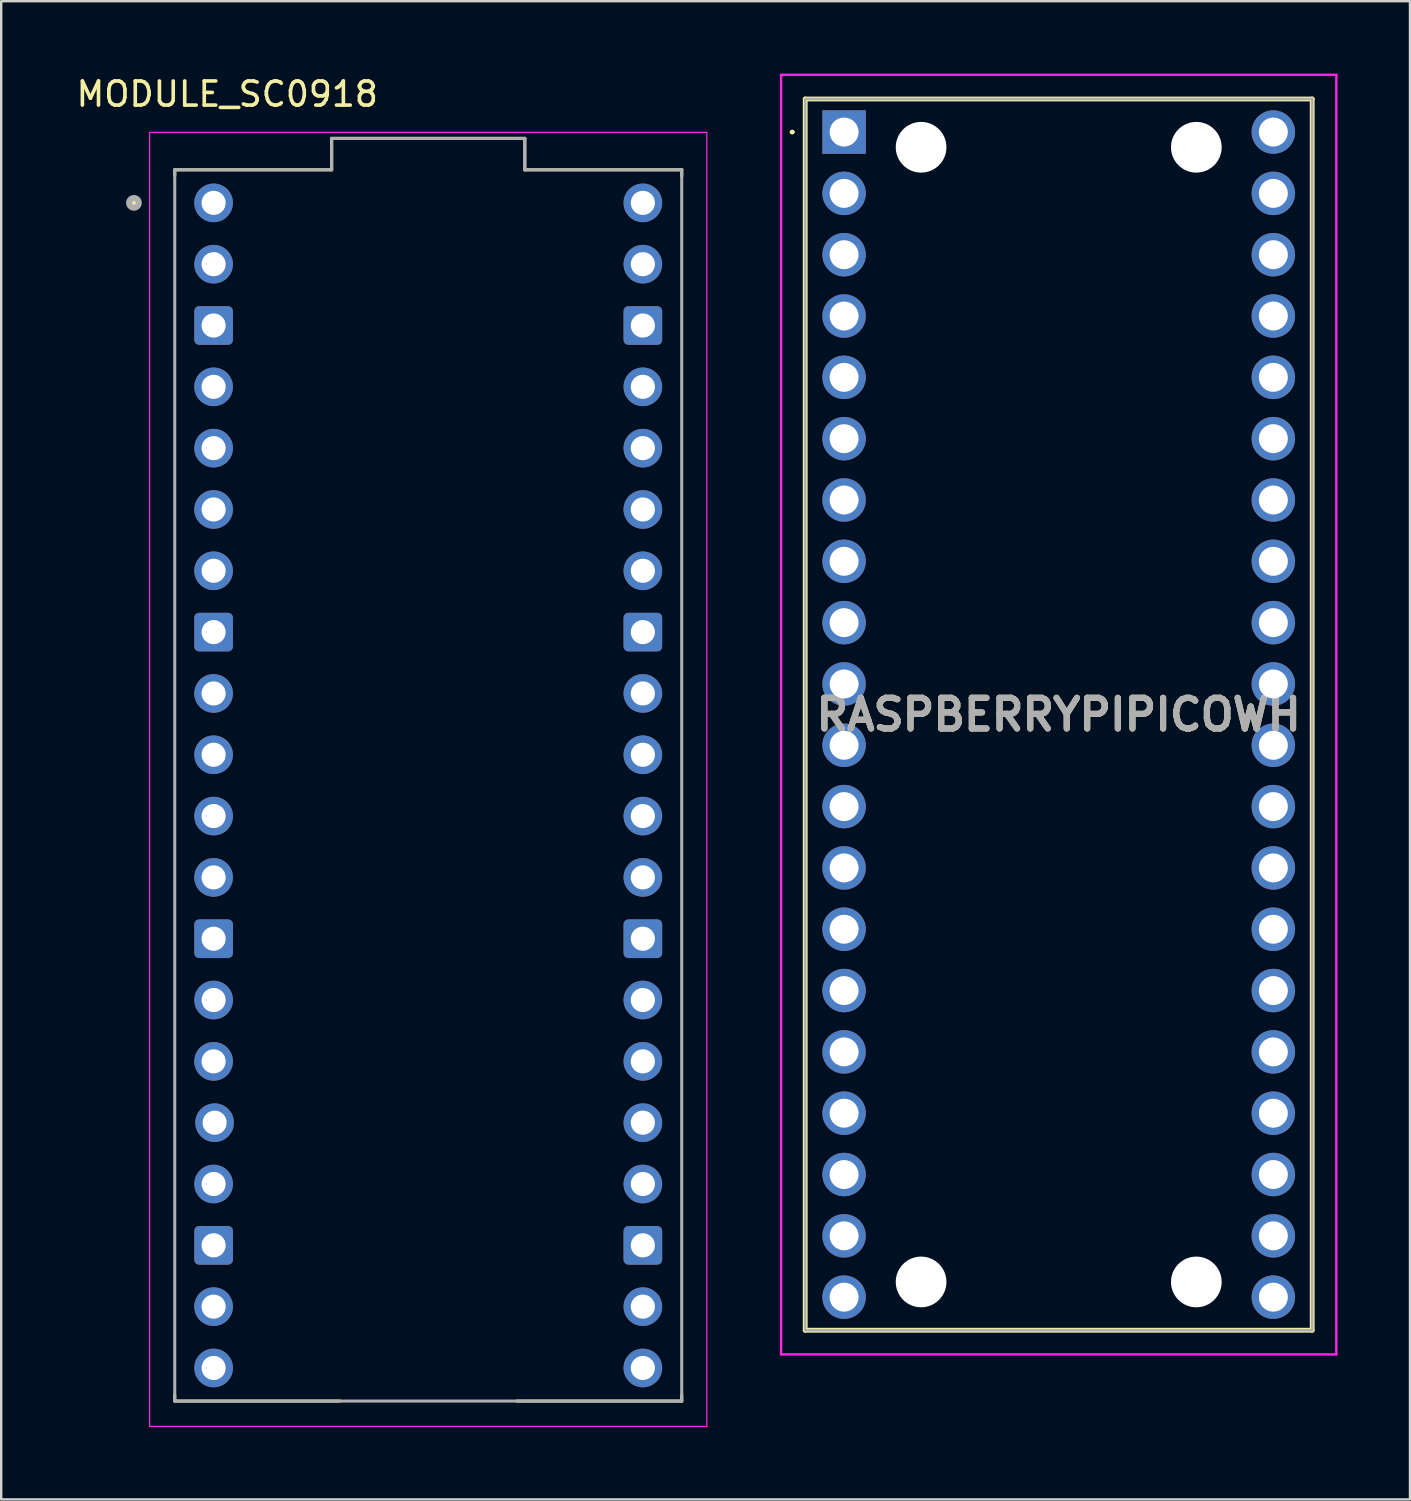
<source format=kicad_pcb>
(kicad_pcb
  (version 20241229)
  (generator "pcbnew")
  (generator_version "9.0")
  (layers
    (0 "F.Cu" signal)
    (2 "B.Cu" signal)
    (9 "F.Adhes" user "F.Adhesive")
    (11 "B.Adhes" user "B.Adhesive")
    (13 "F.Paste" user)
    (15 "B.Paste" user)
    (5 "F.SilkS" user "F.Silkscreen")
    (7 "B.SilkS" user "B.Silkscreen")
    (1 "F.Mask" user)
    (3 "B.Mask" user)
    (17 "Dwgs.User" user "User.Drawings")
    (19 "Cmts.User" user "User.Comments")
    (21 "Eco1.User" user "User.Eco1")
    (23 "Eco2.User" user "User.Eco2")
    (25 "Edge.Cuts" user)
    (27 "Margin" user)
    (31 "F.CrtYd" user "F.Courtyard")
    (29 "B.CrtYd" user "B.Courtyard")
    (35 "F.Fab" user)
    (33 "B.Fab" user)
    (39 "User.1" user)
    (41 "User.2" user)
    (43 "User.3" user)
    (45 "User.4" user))
  (footprint "RASPBERRYPIPICOWH"
    (layer "F.Cu")
    (at 31.913 2.42)
    (property "Reference" "RASPBERRYPIPICOWH" (at 8.89 24.13 0) (layer "F.SilkS") (effects (font (size 1.27 1.27) (thickness 0.254))))
    (attr through_hole)
    (fp_line (start -2.2 0) (end -2.2 0) (stroke (width 0.1) (type solid)) (layer "F.SilkS"))
    (fp_line (start -2.1 0) (end -2.1 0) (stroke (width 0.1) (type solid)) (layer "F.SilkS"))
    (fp_line (start -1.61 -1.37) (end 19.39 -1.37) (stroke (width 0.2) (type solid)) (layer "F.SilkS"))
    (fp_line (start -1.61 49.63) (end -1.61 -1.37) (stroke (width 0.2) (type solid)) (layer "F.SilkS"))
    (fp_line (start 19.39 -1.37) (end 19.39 49.63) (stroke (width 0.2) (type solid)) (layer "F.SilkS"))
    (fp_line (start 19.39 49.63) (end -1.61 49.63) (stroke (width 0.2) (type solid)) (layer "F.SilkS"))
    (fp_arc (start -2.2 0) (mid -2.15 -0.05) (end -2.1 0) (stroke (width 0.1) (type solid)) (layer "F.SilkS"))
    (fp_arc (start -2.1 0) (mid -2.15 0.05) (end -2.2 0) (stroke (width 0.1) (type solid)) (layer "F.SilkS"))
    (fp_line (start -2.61 -2.37) (end 20.39 -2.37) (stroke (width 0.1) (type solid)) (layer "F.CrtYd"))
    (fp_line (start -2.61 50.63) (end -2.61 -2.37) (stroke (width 0.1) (type solid)) (layer "F.CrtYd"))
    (fp_line (start 20.39 -2.37) (end 20.39 50.63) (stroke (width 0.1) (type solid)) (layer "F.CrtYd"))
    (fp_line (start 20.39 50.63) (end -2.61 50.63) (stroke (width 0.1) (type solid)) (layer "F.CrtYd"))
    (fp_line (start -1.61 -1.37) (end -1.61 49.63) (stroke (width 0.1) (type solid)) (layer "F.Fab"))
    (fp_line (start -1.61 49.63) (end 19.39 49.63) (stroke (width 0.1) (type solid)) (layer "F.Fab"))
    (fp_line (start 19.39 -1.37) (end -1.61 -1.37) (stroke (width 0.1) (type solid)) (layer "F.Fab"))
    (fp_line (start 19.39 49.63) (end 19.39 -1.37) (stroke (width 0.1) (type solid)) (layer "F.Fab"))
    (fp_text user "${REFERENCE}" (at 8.89 24.13 0) (layer "F.Fab") (effects (font (size 1.27 1.27) (thickness 0.254))))
    (pad "" np_thru_hole circle (at 3.19 0.63) (size 2.1 2.1) (drill 2.1) (layers "*.Cu" "*.Mask"))
    (pad "" np_thru_hole circle (at 3.19 47.63) (size 2.1 2.1) (drill 2.1) (layers "*.Cu" "*.Mask"))
    (pad "" np_thru_hole circle (at 14.59 0.63) (size 2.1 2.1) (drill 2.1) (layers "*.Cu" "*.Mask"))
    (pad "" np_thru_hole circle (at 14.59 47.63) (size 2.1 2.1) (drill 2.1) (layers "*.Cu" "*.Mask"))
    (pad "1" thru_hole rect (at 0 0) (size 1.8 1.8) (drill 1.2) (layers "*.Cu" "*.Mask"))
    (pad "2" thru_hole circle (at 0 2.54) (size 1.8 1.8) (drill 1.2) (layers "*.Cu" "*.Mask"))
    (pad "3" thru_hole circle (at 0 5.08) (size 1.8 1.8) (drill 1.2) (layers "*.Cu" "*.Mask"))
    (pad "4" thru_hole circle (at 0 7.62) (size 1.8 1.8) (drill 1.2) (layers "*.Cu" "*.Mask"))
    (pad "5" thru_hole circle (at 0 10.16) (size 1.8 1.8) (drill 1.2) (layers "*.Cu" "*.Mask"))
    (pad "6" thru_hole circle (at 0 12.7) (size 1.8 1.8) (drill 1.2) (layers "*.Cu" "*.Mask"))
    (pad "7" thru_hole circle (at 0 15.24) (size 1.8 1.8) (drill 1.2) (layers "*.Cu" "*.Mask"))
    (pad "8" thru_hole circle (at 0 17.78) (size 1.8 1.8) (drill 1.2) (layers "*.Cu" "*.Mask"))
    (pad "9" thru_hole circle (at 0 20.32) (size 1.8 1.8) (drill 1.2) (layers "*.Cu" "*.Mask"))
    (pad "10" thru_hole circle (at 0 22.86) (size 1.8 1.8) (drill 1.2) (layers "*.Cu" "*.Mask"))
    (pad "11" thru_hole circle (at 0 25.4) (size 1.8 1.8) (drill 1.2) (layers "*.Cu" "*.Mask"))
    (pad "12" thru_hole circle (at 0 27.94) (size 1.8 1.8) (drill 1.2) (layers "*.Cu" "*.Mask"))
    (pad "13" thru_hole circle (at 0 30.48) (size 1.8 1.8) (drill 1.2) (layers "*.Cu" "*.Mask"))
    (pad "14" thru_hole circle (at 0 33.02) (size 1.8 1.8) (drill 1.2) (layers "*.Cu" "*.Mask"))
    (pad "15" thru_hole circle (at 0 35.56) (size 1.8 1.8) (drill 1.2) (layers "*.Cu" "*.Mask"))
    (pad "16" thru_hole circle (at 0 38.1) (size 1.8 1.8) (drill 1.2) (layers "*.Cu" "*.Mask"))
    (pad "17" thru_hole circle (at 0 40.64) (size 1.8 1.8) (drill 1.2) (layers "*.Cu" "*.Mask"))
    (pad "18" thru_hole circle (at 0 43.18) (size 1.8 1.8) (drill 1.2) (layers "*.Cu" "*.Mask"))
    (pad "19" thru_hole circle (at 0 45.72) (size 1.8 1.8) (drill 1.2) (layers "*.Cu" "*.Mask"))
    (pad "20" thru_hole circle (at 0 48.26) (size 1.8 1.8) (drill 1.2) (layers "*.Cu" "*.Mask"))
    (pad "21" thru_hole circle (at 17.78 48.26) (size 1.8 1.8) (drill 1.2) (layers "*.Cu" "*.Mask"))
    (pad "22" thru_hole circle (at 17.78 45.72) (size 1.8 1.8) (drill 1.2) (layers "*.Cu" "*.Mask"))
    (pad "23" thru_hole circle (at 17.78 43.18) (size 1.8 1.8) (drill 1.2) (layers "*.Cu" "*.Mask"))
    (pad "24" thru_hole circle (at 17.78 40.64) (size 1.8 1.8) (drill 1.2) (layers "*.Cu" "*.Mask"))
    (pad "25" thru_hole circle (at 17.78 38.1) (size 1.8 1.8) (drill 1.2) (layers "*.Cu" "*.Mask"))
    (pad "26" thru_hole circle (at 17.78 35.56) (size 1.8 1.8) (drill 1.2) (layers "*.Cu" "*.Mask"))
    (pad "27" thru_hole circle (at 17.78 33.02) (size 1.8 1.8) (drill 1.2) (layers "*.Cu" "*.Mask"))
    (pad "28" thru_hole circle (at 17.78 30.48) (size 1.8 1.8) (drill 1.2) (layers "*.Cu" "*.Mask"))
    (pad "29" thru_hole circle (at 17.78 27.94) (size 1.8 1.8) (drill 1.2) (layers "*.Cu" "*.Mask"))
    (pad "30" thru_hole circle (at 17.78 25.4) (size 1.8 1.8) (drill 1.2) (layers "*.Cu" "*.Mask"))
    (pad "31" thru_hole circle (at 17.78 22.86) (size 1.8 1.8) (drill 1.2) (layers "*.Cu" "*.Mask"))
    (pad "32" thru_hole circle (at 17.78 20.32) (size 1.8 1.8) (drill 1.2) (layers "*.Cu" "*.Mask"))
    (pad "33" thru_hole circle (at 17.78 17.78) (size 1.8 1.8) (drill 1.2) (layers "*.Cu" "*.Mask"))
    (pad "34" thru_hole circle (at 17.78 15.24) (size 1.8 1.8) (drill 1.2) (layers "*.Cu" "*.Mask"))
    (pad "35" thru_hole circle (at 17.78 12.7) (size 1.8 1.8) (drill 1.2) (layers "*.Cu" "*.Mask"))
    (pad "36" thru_hole circle (at 17.78 10.16) (size 1.8 1.8) (drill 1.2) (layers "*.Cu" "*.Mask"))
    (pad "37" thru_hole circle (at 17.78 7.62) (size 1.8 1.8) (drill 1.2) (layers "*.Cu" "*.Mask"))
    (pad "38" thru_hole circle (at 17.78 5.08) (size 1.8 1.8) (drill 1.2) (layers "*.Cu" "*.Mask"))
    (pad "39" thru_hole circle (at 17.78 2.54) (size 1.8 1.8) (drill 1.2) (layers "*.Cu" "*.Mask"))
    (pad "40" thru_hole circle (at 17.78 0) (size 1.8 1.8) (drill 1.2) (layers "*.Cu" "*.Mask")))
  (footprint "MODULE_SC0918"
    (layer "F.Cu")
    (at 14.688 29.483)
    (property "Reference" "MODULE_SC0918" (at -8.325 -28.635 0) (layer "F.SilkS") (effects (font (size 1 1) (thickness 0.15))))
    (attr through_hole)
    (fp_line (start -10.5 -25.5) (end -4 -25.5) (stroke (width 0.127) (type solid)) (layer "F.SilkS"))
    (fp_line (start -10.5 -25.25) (end -10.5 -25.5) (stroke (width 0.127) (type solid)) (layer "F.SilkS"))
    (fp_line (start -10.5 25.5) (end -10.5 25.25) (stroke (width 0.127) (type solid)) (layer "F.SilkS"))
    (fp_line (start -4 -26.8) (end 4 -26.8) (stroke (width 0.127) (type solid)) (layer "F.SilkS"))
    (fp_line (start -4 -25.5) (end -4 -26.8) (stroke (width 0.127) (type solid)) (layer "F.SilkS"))
    (fp_line (start -3.66 25.5) (end -10.5 25.5) (stroke (width 0.127) (type solid)) (layer "F.SilkS"))
    (fp_line (start 4 -26.8) (end 4 -25.5) (stroke (width 0.127) (type solid)) (layer "F.SilkS"))
    (fp_line (start 4 -25.5) (end 10.5 -25.5) (stroke (width 0.127) (type solid)) (layer "F.SilkS"))
    (fp_line (start 10.5 -25.5) (end 10.5 -25.25) (stroke (width 0.127) (type solid)) (layer "F.SilkS"))
    (fp_line (start 10.5 25.5) (end 3.66 25.5) (stroke (width 0.127) (type solid)) (layer "F.SilkS"))
    (fp_line (start 10.5 25.5) (end 10.5 25.25) (stroke (width 0.127) (type solid)) (layer "F.SilkS"))
    (fp_circle (center -12.19 -24.13) (end -11.99 -24.13) (stroke (width 0.2) (type solid)) (fill yes) (layer "F.SilkS"))
    (fp_line (start -11.54 -27.05) (end -11.54 26.55) (stroke (width 0.05) (type solid)) (layer "F.CrtYd"))
    (fp_line (start -11.54 26.55) (end 11.54 26.55) (stroke (width 0.05) (type solid)) (layer "F.CrtYd"))
    (fp_line (start 11.54 -27.05) (end -11.54 -27.05) (stroke (width 0.05) (type solid)) (layer "F.CrtYd"))
    (fp_line (start 11.54 26.55) (end 11.54 -27.05) (stroke (width 0.05) (type solid)) (layer "F.CrtYd"))
    (fp_line (start -10.5 -25.5) (end -4 -25.5) (stroke (width 0.127) (type solid)) (layer "F.Fab"))
    (fp_line (start -10.5 25.5) (end -10.5 -25.5) (stroke (width 0.127) (type solid)) (layer "F.Fab"))
    (fp_line (start -4 -26.8) (end 4 -26.8) (stroke (width 0.127) (type solid)) (layer "F.Fab"))
    (fp_line (start -4 -25.5) (end -4 -26.8) (stroke (width 0.127) (type solid)) (layer "F.Fab"))
    (fp_line (start 4 -26.8) (end 4 -25.5) (stroke (width 0.127) (type solid)) (layer "F.Fab"))
    (fp_line (start 4 -25.5) (end 10.5 -25.5) (stroke (width 0.127) (type solid)) (layer "F.Fab"))
    (fp_line (start 10.5 -25.5) (end 10.5 25.5) (stroke (width 0.127) (type solid)) (layer "F.Fab"))
    (fp_line (start 10.5 25.5) (end -10.5 25.5) (stroke (width 0.127) (type solid)) (layer "F.Fab"))
    (fp_circle (center -12.19 -24.13) (end -11.99 -24.13) (stroke (width 0.25) (type solid)) (fill no) (layer "F.Fab"))
    (pad "1" thru_hole circle (at -8.89 -24.13) (size 1.6 1.6) (drill 1) (layers "*.Cu" "*.Mask"))
    (pad "2" thru_hole circle (at -8.89 -21.59) (size 1.6 1.6) (drill 1) (layers "*.Cu" "*.Mask"))
    (pad "3" thru_hole roundrect (at -8.89 -19.05) (size 1.6 1.6) (drill 1) (layers "*.Cu" "*.Mask") (roundrect_rratio 0.125))
    (pad "4" thru_hole circle (at -8.89 -16.51) (size 1.6 1.6) (drill 1) (layers "*.Cu" "*.Mask"))
    (pad "5" thru_hole circle (at -8.89 -13.97) (size 1.6 1.6) (drill 1) (layers "*.Cu" "*.Mask"))
    (pad "6" thru_hole circle (at -8.89 -11.43) (size 1.6 1.6) (drill 1) (layers "*.Cu" "*.Mask"))
    (pad "7" thru_hole circle (at -8.89 -8.89) (size 1.6 1.6) (drill 1) (layers "*.Cu" "*.Mask"))
    (pad "8" thru_hole roundrect (at -8.89 -6.35) (size 1.6 1.6) (drill 1) (layers "*.Cu" "*.Mask") (roundrect_rratio 0.125))
    (pad "9" thru_hole circle (at -8.89 -3.81) (size 1.6 1.6) (drill 1) (layers "*.Cu" "*.Mask"))
    (pad "10" thru_hole circle (at -8.89 -1.27) (size 1.6 1.6) (drill 1) (layers "*.Cu" "*.Mask"))
    (pad "11" thru_hole circle (at -8.89 1.27) (size 1.6 1.6) (drill 1) (layers "*.Cu" "*.Mask"))
    (pad "12" thru_hole circle (at -8.89 3.81) (size 1.6 1.6) (drill 1) (layers "*.Cu" "*.Mask"))
    (pad "13" thru_hole roundrect (at -8.89 6.35) (size 1.6 1.6) (drill 1) (layers "*.Cu" "*.Mask") (roundrect_rratio 0.125))
    (pad "14" thru_hole circle (at -8.89 8.89) (size 1.6 1.6) (drill 1) (layers "*.Cu" "*.Mask"))
    (pad "15" thru_hole circle (at -8.89 11.43) (size 1.6 1.6) (drill 1) (layers "*.Cu" "*.Mask"))
    (pad "16" thru_hole circle (at -8.848 13.97) (size 1.6 1.6) (drill 1) (layers "*.Cu" "*.Mask"))
    (pad "17" thru_hole circle (at -8.89 16.51) (size 1.6 1.6) (drill 1) (layers "*.Cu" "*.Mask"))
    (pad "18" thru_hole roundrect (at -8.89 19.05) (size 1.6 1.6) (drill 1) (layers "*.Cu" "*.Mask") (roundrect_rratio 0.125))
    (pad "19" thru_hole circle (at -8.89 21.59) (size 1.6 1.6) (drill 1) (layers "*.Cu" "*.Mask"))
    (pad "20" thru_hole circle (at -8.89 24.13) (size 1.6 1.6) (drill 1) (layers "*.Cu" "*.Mask"))
    (pad "21" thru_hole circle (at 8.89 24.13) (size 1.6 1.6) (drill 1) (layers "*.Cu" "*.Mask"))
    (pad "22" thru_hole circle (at 8.89 21.59) (size 1.6 1.6) (drill 1) (layers "*.Cu" "*.Mask"))
    (pad "23" thru_hole roundrect (at 8.89 19.05) (size 1.6 1.6) (drill 1) (layers "*.Cu" "*.Mask") (roundrect_rratio 0.125))
    (pad "24" thru_hole circle (at 8.89 16.51) (size 1.6 1.6) (drill 1) (layers "*.Cu" "*.Mask"))
    (pad "25" thru_hole circle (at 8.89 13.97) (size 1.6 1.6) (drill 1) (layers "*.Cu" "*.Mask"))
    (pad "26" thru_hole circle (at 8.89 11.43) (size 1.6 1.6) (drill 1) (layers "*.Cu" "*.Mask"))
    (pad "27" thru_hole circle (at 8.89 8.89) (size 1.6 1.6) (drill 1) (layers "*.Cu" "*.Mask"))
    (pad "28" thru_hole roundrect (at 8.89 6.35) (size 1.6 1.6) (drill 1) (layers "*.Cu" "*.Mask") (roundrect_rratio 0.125))
    (pad "29" thru_hole circle (at 8.89 3.81) (size 1.6 1.6) (drill 1) (layers "*.Cu" "*.Mask"))
    (pad "30" thru_hole circle (at 8.89 1.27) (size 1.6 1.6) (drill 1) (layers "*.Cu" "*.Mask"))
    (pad "31" thru_hole circle (at 8.89 -1.27) (size 1.6 1.6) (drill 1) (layers "*.Cu" "*.Mask"))
    (pad "32" thru_hole circle (at 8.89 -3.81) (size 1.6 1.6) (drill 1) (layers "*.Cu" "*.Mask"))
    (pad "33" thru_hole roundrect (at 8.89 -6.35) (size 1.6 1.6) (drill 1) (layers "*.Cu" "*.Mask") (roundrect_rratio 0.125))
    (pad "34" thru_hole circle (at 8.89 -8.89) (size 1.6 1.6) (drill 1) (layers "*.Cu" "*.Mask"))
    (pad "35" thru_hole circle (at 8.89 -11.43) (size 1.6 1.6) (drill 1) (layers "*.Cu" "*.Mask"))
    (pad "36" thru_hole circle (at 8.89 -13.97) (size 1.6 1.6) (drill 1) (layers "*.Cu" "*.Mask"))
    (pad "37" thru_hole circle (at 8.89 -16.51) (size 1.6 1.6) (drill 1) (layers "*.Cu" "*.Mask"))
    (pad "38" thru_hole roundrect (at 8.89 -19.05) (size 1.6 1.6) (drill 1) (layers "*.Cu" "*.Mask") (roundrect_rratio 0.125))
    (pad "39" thru_hole circle (at 8.89 -21.59) (size 1.6 1.6) (drill 1) (layers "*.Cu" "*.Mask"))
    (pad "40" thru_hole circle (at 8.89 -24.13) (size 1.6 1.6) (drill 1) (layers "*.Cu" "*.Mask")))
  (gr_rect
    (start -3 -3)
    (end 55.353 59.058)
    (stroke (width 0.1) (type default))
    (fill no)
    (layer "Edge.Cuts")))
</source>
